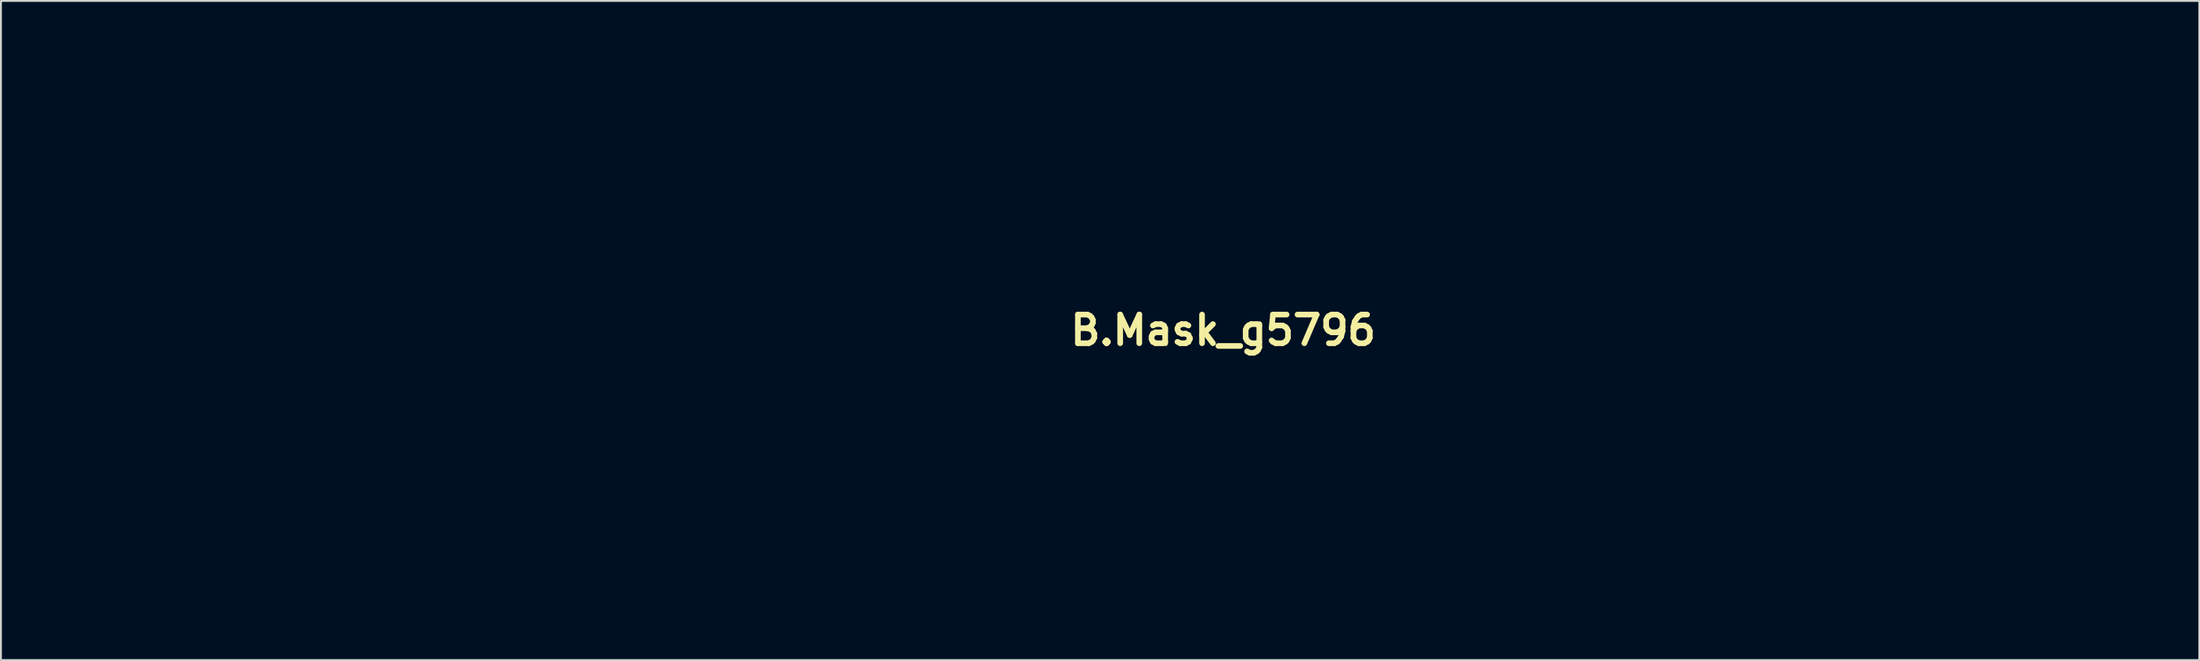
<source format=kicad_pcb>
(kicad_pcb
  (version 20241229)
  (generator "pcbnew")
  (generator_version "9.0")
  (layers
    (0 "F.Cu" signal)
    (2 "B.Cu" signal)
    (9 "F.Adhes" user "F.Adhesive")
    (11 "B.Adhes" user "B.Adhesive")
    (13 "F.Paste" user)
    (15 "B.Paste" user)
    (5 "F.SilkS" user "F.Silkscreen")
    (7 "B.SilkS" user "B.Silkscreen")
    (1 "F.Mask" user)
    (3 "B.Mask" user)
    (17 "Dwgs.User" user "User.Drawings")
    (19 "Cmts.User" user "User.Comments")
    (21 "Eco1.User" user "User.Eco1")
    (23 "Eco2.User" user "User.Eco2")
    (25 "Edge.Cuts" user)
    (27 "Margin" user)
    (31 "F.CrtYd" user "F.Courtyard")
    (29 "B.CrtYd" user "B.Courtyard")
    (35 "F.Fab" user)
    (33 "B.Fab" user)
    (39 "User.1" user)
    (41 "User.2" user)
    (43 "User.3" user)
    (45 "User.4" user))
  (footprint "B.Mask_g5796"
    (layer "F.Cu")
    (at 62.025 14.521)
    (property "Reference" "B.Mask_g5796" (at 0 0 0) (layer "F.SilkS") (effects (font (size 1.524 1.524) (thickness 0.3))))
    (attr through_hole)
    (fp_poly (pts (xy -54.401 -14.378) (xy -54.31 -14.326) (xy -54.206 -14.267) (xy -54.098 -14.206) (xy -53.997 -14.148) (xy -53.924 -14.107) (xy -53.746 -14.006) (xy -53.559 -13.9) (xy -53.37 -13.793) (xy -53.184 -13.688) (xy -53.007 -13.587) (xy -52.845 -13.496) (xy -52.819 -13.481) (xy -52.725 -13.427) (xy -52.621 -13.368) (xy -52.515 -13.308) (xy -52.414 -13.251) (xy -52.326 -13.201) (xy -52.311 -13.193) (xy -52.133 -13.092) (xy -51.947 -12.986) (xy -51.757 -12.879) (xy -51.571 -12.773) (xy -51.394 -12.673) (xy -51.232 -12.581) (xy -51.206 -12.566) (xy -51.112 -12.513) (xy -51.008 -12.454) (xy -50.902 -12.394) (xy -50.801 -12.337) (xy -50.713 -12.287) (xy -50.698 -12.278) (xy -50.52 -12.178) (xy -50.334 -12.072) (xy -50.144 -11.964) (xy -49.958 -11.859) (xy -49.781 -11.758) (xy -49.619 -11.667) (xy -49.593 -11.652) (xy -49.499 -11.599) (xy -49.395 -11.54) (xy -49.289 -11.479) (xy -49.188 -11.422) (xy -49.101 -11.373) (xy -49.086 -11.364) (xy -48.907 -11.263) (xy -48.721 -11.157) (xy -48.531 -11.05) (xy -48.345 -10.944) (xy -48.168 -10.844) (xy -48.006 -10.752) (xy -47.981 -10.738) (xy -47.886 -10.684) (xy -47.782 -10.625) (xy -47.676 -10.565) (xy -47.575 -10.508) (xy -47.488 -10.458) (xy -47.473 -10.45) (xy -47.295 -10.349) (xy -47.108 -10.243) (xy -46.918 -10.136) (xy -46.732 -10.03) (xy -46.555 -9.93) (xy -46.393 -9.838) (xy -46.368 -9.823) (xy -46.274 -9.77) (xy -46.17 -9.711) (xy -46.063 -9.651) (xy -45.963 -9.593) (xy -45.875 -9.544) (xy -45.86 -9.535) (xy -45.682 -9.434) (xy -45.495 -9.329) (xy -45.305 -9.221) (xy -45.119 -9.116) (xy -44.942 -9.015) (xy -44.781 -8.923) (xy -44.755 -8.909) (xy -44.661 -8.855) (xy -44.557 -8.796) (xy -44.45 -8.736) (xy -44.35 -8.679) (xy -44.262 -8.629) (xy -44.247 -8.621) (xy -44.069 -8.52) (xy -43.882 -8.414) (xy -43.693 -8.307) (xy -43.506 -8.201) (xy -43.329 -8.101) (xy -43.168 -8.009) (xy -43.142 -7.994) (xy -43.048 -7.941) (xy -42.944 -7.882) (xy -42.838 -7.822) (xy -42.737 -7.765) (xy -42.649 -7.715) (xy -42.634 -7.706) (xy -42.456 -7.606) (xy -42.269 -7.5) (xy -42.08 -7.392) (xy -41.894 -7.287) (xy -41.717 -7.186) (xy -41.555 -7.095) (xy -41.529 -7.08) (xy -41.435 -7.027) (xy -41.331 -6.968) (xy -41.225 -6.907) (xy -41.124 -6.85) (xy -41.036 -6.801) (xy -41.021 -6.792) (xy -40.843 -6.691) (xy -40.656 -6.585) (xy -40.467 -6.478) (xy -40.281 -6.372) (xy -40.104 -6.272) (xy -39.942 -6.18) (xy -39.916 -6.166) (xy -39.822 -6.112) (xy -39.718 -6.053) (xy -39.612 -5.993) (xy -39.511 -5.936) (xy -39.423 -5.886) (xy -39.408 -5.878) (xy -39.23 -5.777) (xy -39.043 -5.671) (xy -38.854 -5.564) (xy -38.668 -5.458) (xy -38.491 -5.358) (xy -38.329 -5.266) (xy -38.303 -5.251) (xy -38.209 -5.198) (xy -38.105 -5.139) (xy -37.999 -5.079) (xy -37.898 -5.021) (xy -37.81 -4.972) (xy -37.795 -4.963) (xy -37.617 -4.862) (xy -37.43 -4.757) (xy -37.241 -4.649) (xy -37.055 -4.544) (xy -36.878 -4.443) (xy -36.716 -4.351) (xy -36.69 -4.337) (xy -36.596 -4.283) (xy -36.492 -4.224) (xy -36.386 -4.164) (xy -36.285 -4.107) (xy -36.197 -4.057) (xy -36.182 -4.049) (xy -36.004 -3.948) (xy -35.818 -3.842) (xy -35.628 -3.735) (xy -35.442 -3.629) (xy -35.265 -3.529) (xy -35.103 -3.437) (xy -35.077 -3.422) (xy -34.983 -3.369) (xy -34.879 -3.31) (xy -34.773 -3.25) (xy -34.672 -3.193) (xy -34.584 -3.143) (xy -34.569 -3.134) (xy -34.391 -3.034) (xy -34.205 -2.928) (xy -34.015 -2.82) (xy -33.829 -2.715) (xy -33.652 -2.614) (xy -33.49 -2.523) (xy -33.465 -2.508) (xy -33.37 -2.455) (xy -33.266 -2.396) (xy -33.16 -2.335) (xy -33.059 -2.278) (xy -32.972 -2.229) (xy -32.956 -2.22) (xy -32.768 -2.114) (xy -32.564 -1.998) (xy -32.35 -1.876) (xy -32.131 -1.752) (xy -31.913 -1.628) (xy -31.814 -1.572) (xy -31.726 -1.522) (xy -31.642 -1.475) (xy -31.563 -1.43) (xy -31.496 -1.392) (xy -31.442 -1.362) (xy -31.407 -1.342) (xy -31.404 -1.341) (xy -31.362 -1.317) (xy -31.33 -1.296) (xy -31.313 -1.284) (xy -31.312 -1.282) (xy -31.313 -1.278) (xy -31.322 -1.268) (xy -31.338 -1.252) (xy -31.364 -1.229) (xy -31.4 -1.199) (xy -31.448 -1.16) (xy -31.509 -1.11) (xy -31.583 -1.051) (xy -31.672 -0.979) (xy -31.777 -0.895) (xy -31.899 -0.798) (xy -32.04 -0.686) (xy -32.106 -0.634) (xy -32.162 -0.589) (xy -32.235 -0.531) (xy -32.318 -0.465) (xy -32.41 -0.392) (xy -32.504 -0.317) (xy -32.596 -0.244) (xy -32.633 -0.215) (xy -32.727 -0.14) (xy -32.828 -0.06) (xy -32.93 0.021) (xy -33.028 0.099) (xy -33.117 0.17) (xy -33.192 0.23) (xy -33.211 0.244) (xy -33.272 0.293) (xy -33.351 0.355) (xy -33.442 0.428) (xy -33.542 0.507) (xy -33.647 0.591) (xy -33.754 0.676) (xy -33.86 0.76) (xy -33.898 0.79) (xy -34.011 0.88) (xy -34.138 0.981) (xy -34.275 1.09) (xy -34.416 1.202) (xy -34.556 1.313) (xy -34.689 1.419) (xy -34.81 1.515) (xy -34.83 1.53) (xy -34.948 1.624) (xy -35.079 1.728) (xy -35.217 1.838) (xy -35.357 1.949) (xy -35.494 2.058) (xy -35.623 2.16) (xy -35.738 2.252) (xy -35.757 2.267) (xy -35.977 2.442) (xy -36.179 2.602) (xy -36.363 2.748) (xy -36.529 2.881) (xy -36.68 3.001) (xy -36.816 3.109) (xy -36.938 3.206) (xy -37.047 3.292) (xy -37.122 3.352) (xy -37.206 3.418) (xy -37.303 3.495) (xy -37.406 3.578) (xy -37.509 3.659) (xy -37.605 3.735) (xy -37.643 3.766) (xy -37.728 3.833) (xy -37.819 3.905) (xy -37.91 3.978) (xy -37.995 4.045) (xy -38.069 4.104) (xy -38.106 4.134) (xy -38.172 4.186) (xy -38.251 4.249) (xy -38.339 4.319) (xy -38.431 4.392) (xy -38.52 4.462) (xy -38.57 4.502) (xy -38.655 4.57) (xy -38.746 4.642) (xy -38.837 4.714) (xy -38.922 4.782) (xy -38.997 4.841) (xy -39.033 4.87) (xy -39.099 4.922) (xy -39.178 4.985) (xy -39.266 5.055) (xy -39.358 5.128) (xy -39.447 5.199) (xy -39.497 5.239) (xy -39.582 5.306) (xy -39.673 5.379) (xy -39.764 5.451) (xy -39.849 5.519) (xy -39.924 5.578) (xy -39.961 5.607) (xy -40.026 5.659) (xy -40.105 5.722) (xy -40.193 5.792) (xy -40.285 5.865) (xy -40.374 5.936) (xy -40.424 5.975) (xy -40.509 6.043) (xy -40.6 6.115) (xy -40.691 6.187) (xy -40.776 6.255) (xy -40.851 6.314) (xy -40.888 6.344) (xy -40.957 6.399) (xy -41.04 6.464) (xy -41.129 6.536) (xy -41.22 6.607) (xy -41.304 6.674) (xy -41.319 6.687) (xy -41.395 6.747) (xy -41.485 6.818) (xy -41.584 6.897) (xy -41.686 6.978) (xy -41.787 7.058) (xy -41.878 7.131) (xy -41.968 7.202) (xy -42.063 7.278) (xy -42.158 7.353) (xy -42.249 7.425) (xy -42.329 7.489) (xy -42.394 7.541) (xy -42.399 7.544) (xy -42.582 7.69) (xy -42.759 7.83) (xy -42.934 7.969) (xy -43.113 8.111) (xy -43.299 8.26) (xy -43.499 8.418) (xy -43.605 8.503) (xy -43.724 8.597) (xy -43.854 8.7) (xy -43.993 8.81) (xy -44.133 8.922) (xy -44.27 9.03) (xy -44.398 9.133) (xy -44.513 9.224) (xy -44.533 9.239) (xy -44.644 9.328) (xy -44.771 9.429) (xy -44.907 9.537) (xy -45.047 9.648) (xy -45.186 9.758) (xy -45.318 9.863) (xy -45.439 9.959) (xy -45.46 9.976) (xy -45.571 10.064) (xy -45.688 10.158) (xy -45.809 10.253) (xy -45.927 10.347) (xy -46.04 10.437) (xy -46.143 10.518) (xy -46.231 10.589) (xy -46.265 10.615) (xy -46.356 10.688) (xy -46.452 10.765) (xy -46.549 10.841) (xy -46.641 10.914) (xy -46.723 10.98) (xy -46.791 11.034) (xy -46.8 11.04) (xy -46.867 11.094) (xy -46.949 11.159) (xy -47.041 11.232) (xy -47.137 11.308) (xy -47.232 11.384) (xy -47.314 11.449) (xy -47.402 11.519) (xy -47.494 11.593) (xy -47.586 11.666) (xy -47.673 11.735) (xy -47.749 11.795) (xy -47.809 11.843) (xy -47.874 11.894) (xy -47.954 11.958) (xy -48.042 12.028) (xy -48.134 12.1) (xy -48.223 12.171) (xy -48.273 12.211) (xy -48.358 12.279) (xy -48.449 12.351) (xy -48.54 12.423) (xy -48.625 12.491) (xy -48.699 12.55) (xy -48.736 12.579) (xy -48.801 12.631) (xy -48.881 12.694) (xy -48.969 12.764) (xy -49.061 12.837) (xy -49.15 12.908) (xy -49.2 12.948) (xy -49.285 13.015) (xy -49.376 13.087) (xy -49.467 13.16) (xy -49.552 13.228) (xy -49.626 13.287) (xy -49.663 13.316) (xy -49.733 13.371) (xy -49.815 13.437) (xy -49.905 13.508) (xy -49.995 13.58) (xy -50.08 13.647) (xy -50.095 13.659) (xy -50.18 13.727) (xy -50.278 13.804) (xy -50.381 13.886) (xy -50.481 13.966) (xy -50.573 14.039) (xy -50.59 14.053) (xy -50.673 14.118) (xy -50.761 14.188) (xy -50.849 14.258) (xy -50.931 14.324) (xy -51.002 14.38) (xy -51.025 14.398) (xy -51.205 14.541) (xy -52.806 14.541) (xy -53.049 14.541) (xy -53.267 14.541) (xy -53.462 14.541) (xy -53.636 14.541) (xy -53.788 14.54) (xy -53.92 14.54) (xy -54.033 14.539) (xy -54.129 14.538) (xy -54.208 14.537) (xy -54.272 14.535) (xy -54.322 14.534) (xy -54.358 14.532) (xy -54.382 14.53) (xy -54.395 14.528) (xy -54.399 14.526) (xy -54.399 14.526) (xy -54.389 14.51) (xy -54.369 14.477) (xy -54.34 14.43) (xy -54.304 14.373) (xy -54.278 14.33) (xy -54.218 14.233) (xy -54.17 14.156) (xy -54.131 14.095) (xy -54.099 14.047) (xy -54.072 14.01) (xy -54.047 13.981) (xy -54.024 13.958) (xy -53.999 13.937) (xy -53.971 13.916) (xy -53.938 13.892) (xy -53.937 13.892) (xy -53.884 13.855) (xy -53.818 13.808) (xy -53.746 13.757) (xy -53.675 13.707) (xy -53.652 13.691) (xy -53.575 13.637) (xy -53.488 13.575) (xy -53.4 13.513) (xy -53.321 13.458) (xy -53.309 13.449) (xy -53.232 13.395) (xy -53.145 13.334) (xy -53.057 13.272) (xy -52.978 13.216) (xy -52.966 13.208) (xy -52.89 13.154) (xy -52.802 13.093) (xy -52.714 13.031) (xy -52.635 12.975) (xy -52.623 12.967) (xy -52.546 12.913) (xy -52.459 12.851) (xy -52.371 12.789) (xy -52.292 12.734) (xy -52.28 12.725) (xy -52.159 12.64) (xy -52.056 12.567) (xy -51.97 12.507) (xy -51.898 12.456) (xy -51.838 12.414) (xy -51.791 12.381) (xy -51.741 12.346) (xy -51.67 12.296) (xy -51.579 12.232) (xy -51.467 12.154) (xy -51.335 12.061) (xy -51.183 11.954) (xy -51.012 11.833) (xy -50.844 11.716) (xy -50.771 11.664) (xy -50.686 11.604) (xy -50.599 11.543) (xy -50.521 11.488) (xy -50.508 11.479) (xy -50.431 11.425) (xy -50.344 11.363) (xy -50.255 11.301) (xy -50.176 11.245) (xy -50.165 11.237) (xy -50.12 11.206) (xy -50.076 11.175) (xy -50.032 11.144) (xy -49.985 11.111) (xy -49.932 11.074) (xy -49.872 11.031) (xy -49.801 10.981) (xy -49.717 10.922) (xy -49.617 10.852) (xy -49.5 10.77) (xy -49.47 10.748) (xy -49.394 10.695) (xy -49.308 10.634) (xy -49.222 10.574) (xy -49.146 10.52) (xy -49.13 10.509) (xy -49.057 10.458) (xy -48.972 10.398) (xy -48.886 10.337) (xy -48.807 10.281) (xy -48.79 10.27) (xy -48.713 10.216) (xy -48.626 10.154) (xy -48.538 10.092) (xy -48.459 10.037) (xy -48.444 10.026) (xy -48.368 9.973) (xy -48.281 9.912) (xy -48.193 9.85) (xy -48.113 9.794) (xy -48.098 9.783) (xy -48.021 9.729) (xy -47.934 9.667) (xy -47.846 9.605) (xy -47.767 9.55) (xy -47.752 9.539) (xy -47.675 9.485) (xy -47.588 9.424) (xy -47.5 9.362) (xy -47.42 9.306) (xy -47.409 9.298) (xy -47.332 9.244) (xy -47.245 9.183) (xy -47.157 9.12) (xy -47.078 9.065) (xy -47.066 9.057) (xy -46.99 9.003) (xy -46.902 8.941) (xy -46.814 8.879) (xy -46.735 8.823) (xy -46.723 8.815) (xy -46.647 8.762) (xy -46.559 8.7) (xy -46.471 8.638) (xy -46.392 8.582) (xy -46.38 8.574) (xy -46.305 8.521) (xy -46.219 8.461) (xy -46.133 8.4) (xy -46.056 8.346) (xy -46.044 8.337) (xy -45.847 8.199) (xy -45.64 8.053) (xy -45.431 7.906) (xy -45.358 7.855) (xy -45.151 7.709) (xy -44.942 7.562) (xy -44.741 7.42) (xy -44.672 7.372) (xy -44.6 7.321) (xy -44.516 7.262) (xy -44.429 7.201) (xy -44.349 7.145) (xy -44.329 7.131) (xy -44.252 7.077) (xy -44.165 7.015) (xy -44.077 6.953) (xy -43.998 6.898) (xy -43.98 6.885) (xy -43.903 6.831) (xy -43.816 6.77) (xy -43.728 6.707) (xy -43.649 6.652) (xy -43.637 6.644) (xy -43.561 6.59) (xy -43.473 6.528) (xy -43.385 6.466) (xy -43.306 6.41) (xy -43.294 6.402) (xy -43.219 6.349) (xy -43.133 6.289) (xy -43.047 6.228) (xy -42.97 6.174) (xy -42.958 6.166) (xy -42.786 6.045) (xy -42.605 5.917) (xy -42.425 5.791) (xy -42.269 5.681) (xy -42.193 5.627) (xy -42.106 5.566) (xy -42.019 5.505) (xy -41.941 5.45) (xy -41.932 5.444) (xy -41.8 5.351) (xy -41.651 5.247) (xy -41.49 5.133) (xy -41.32 5.013) (xy -41.145 4.89) (xy -40.969 4.767) (xy -40.9 4.718) (xy -40.828 4.667) (xy -40.744 4.608) (xy -40.657 4.547) (xy -40.578 4.491) (xy -40.557 4.477) (xy -40.351 4.332) (xy -40.142 4.184) (xy -39.94 4.043) (xy -39.872 3.994) (xy -39.798 3.942) (xy -39.713 3.883) (xy -39.626 3.822) (xy -39.548 3.767) (xy -39.535 3.758) (xy -39.458 3.704) (xy -39.371 3.642) (xy -39.283 3.58) (xy -39.204 3.524) (xy -39.192 3.516) (xy -39.116 3.462) (xy -39.028 3.401) (xy -38.94 3.339) (xy -38.861 3.283) (xy -38.849 3.275) (xy -38.773 3.221) (xy -38.685 3.159) (xy -38.597 3.097) (xy -38.518 3.042) (xy -38.506 3.034) (xy -38.431 2.981) (xy -38.345 2.92) (xy -38.256 2.858) (xy -38.176 2.801) (xy -38.157 2.788) (xy -38.081 2.734) (xy -37.995 2.674) (xy -37.91 2.614) (xy -37.833 2.56) (xy -37.814 2.547) (xy -37.742 2.496) (xy -37.658 2.436) (xy -37.571 2.376) (xy -37.491 2.319) (xy -37.471 2.305) (xy -37.394 2.251) (xy -37.307 2.19) (xy -37.219 2.128) (xy -37.14 2.072) (xy -37.122 2.06) (xy -37.045 2.006) (xy -36.958 1.944) (xy -36.87 1.882) (xy -36.791 1.826) (xy -36.779 1.818) (xy -36.703 1.765) (xy -36.618 1.705) (xy -36.532 1.644) (xy -36.455 1.59) (xy -36.443 1.581) (xy -36.37 1.53) (xy -36.286 1.471) (xy -36.2 1.41) (xy -36.12 1.354) (xy -36.1 1.34) (xy -36.024 1.286) (xy -35.938 1.226) (xy -35.852 1.166) (xy -35.776 1.112) (xy -35.757 1.099) (xy -35.56 0.96) (xy -35.353 0.814) (xy -35.144 0.668) (xy -35.071 0.616) (xy -34.995 0.563) (xy -34.909 0.502) (xy -34.824 0.442) (xy -34.747 0.388) (xy -34.728 0.375) (xy -34.654 0.323) (xy -34.569 0.263) (xy -34.483 0.202) (xy -34.404 0.147) (xy -34.392 0.138) (xy -34.316 0.085) (xy -34.23 0.024) (xy -34.142 -0.038) (xy -34.061 -0.095) (xy -34.042 -0.108) (xy -33.97 -0.159) (xy -33.892 -0.214) (xy -33.815 -0.267) (xy -33.749 -0.314) (xy -33.728 -0.328) (xy -33.677 -0.364) (xy -33.635 -0.395) (xy -33.605 -0.419) (xy -33.592 -0.431) (xy -33.592 -0.432) (xy -33.602 -0.439) (xy -33.634 -0.456) (xy -33.683 -0.482) (xy -33.747 -0.515) (xy -33.824 -0.553) (xy -33.911 -0.597) (xy -34.001 -0.642) (xy -34.076 -0.679) (xy -34.172 -0.726) (xy -34.285 -0.781) (xy -34.413 -0.845) (xy -34.553 -0.914) (xy -34.703 -0.989) (xy -34.861 -1.066) (xy -35.023 -1.147) (xy -35.187 -1.228) (xy -35.35 -1.309) (xy -35.433 -1.35) (xy -35.594 -1.43) (xy -35.757 -1.511) (xy -35.918 -1.591) (xy -36.076 -1.669) (xy -36.227 -1.744) (xy -36.369 -1.814) (xy -36.5 -1.879) (xy -36.617 -1.937) (xy -36.718 -1.987) (xy -36.8 -2.027) (xy -36.836 -2.045) (xy -36.913 -2.082) (xy -37.009 -2.13) (xy -37.122 -2.186) (xy -37.249 -2.248) (xy -37.386 -2.316) (xy -37.532 -2.389) (xy -37.683 -2.464) (xy -37.836 -2.539) (xy -37.989 -2.615) (xy -38.081 -2.661) (xy -38.236 -2.738) (xy -38.397 -2.818) (xy -38.562 -2.899) (xy -38.725 -2.98) (xy -38.884 -3.059) (xy -39.036 -3.134) (xy -39.177 -3.204) (xy -39.303 -3.266) (xy -39.411 -3.32) (xy -39.453 -3.34) (xy -39.559 -3.393) (xy -39.684 -3.454) (xy -39.824 -3.524) (xy -39.975 -3.598) (xy -40.132 -3.676) (xy -40.293 -3.756) (xy -40.453 -3.835) (xy -40.608 -3.912) (xy -40.723 -3.969) (xy -40.874 -4.044) (xy -41.035 -4.124) (xy -41.203 -4.207) (xy -41.372 -4.29) (xy -41.538 -4.373) (xy -41.697 -4.451) (xy -41.845 -4.525) (xy -41.977 -4.59) (xy -42.056 -4.629) (xy -42.18 -4.69) (xy -42.322 -4.761) (xy -42.477 -4.838) (xy -42.641 -4.919) (xy -42.81 -5.002) (xy -42.977 -5.085) (xy -43.14 -5.166) (xy -43.292 -5.241) (xy -43.339 -5.264) (xy -43.488 -5.338) (xy -43.648 -5.418) (xy -43.816 -5.501) (xy -43.987 -5.585) (xy -44.155 -5.668) (xy -44.316 -5.748) (xy -44.465 -5.822) (xy -44.598 -5.887) (xy -44.634 -5.906) (xy -44.762 -5.969) (xy -44.908 -6.041) (xy -45.067 -6.12) (xy -45.234 -6.202) (xy -45.404 -6.287) (xy -45.573 -6.37) (xy -45.735 -6.451) (xy -45.886 -6.525) (xy -45.917 -6.541) (xy -46.068 -6.615) (xy -46.233 -6.697) (xy -46.407 -6.783) (xy -46.585 -6.871) (xy -46.762 -6.959) (xy -46.932 -7.043) (xy -47.091 -7.122) (xy -47.233 -7.192) (xy -47.25 -7.201) (xy -47.393 -7.271) (xy -47.552 -7.35) (xy -47.724 -7.435) (xy -47.902 -7.523) (xy -48.08 -7.612) (xy -48.254 -7.698) (xy -48.418 -7.779) (xy -48.558 -7.849) (xy -48.708 -7.923) (xy -48.872 -8.004) (xy -49.047 -8.09) (xy -49.225 -8.179) (xy -49.403 -8.267) (xy -49.574 -8.351) (xy -49.733 -8.43) (xy -49.867 -8.496) (xy -50.009 -8.567) (xy -50.169 -8.646) (xy -50.34 -8.731) (xy -50.518 -8.819) (xy -50.696 -8.907) (xy -50.87 -8.993) (xy -51.034 -9.074) (xy -51.175 -9.144) (xy -51.402 -9.257) (xy -51.65 -9.379) (xy -51.918 -9.512) (xy -52.207 -9.655) (xy -52.517 -9.808) (xy -52.847 -9.972) (xy -53.199 -10.147) (xy -53.573 -10.332) (xy -53.969 -10.527) (xy -54.387 -10.734) (xy -54.827 -10.952) (xy -55.035 -11.055) (xy -55.168 -11.121) (xy -55.318 -11.195) (xy -55.482 -11.276) (xy -55.654 -11.362) (xy -55.83 -11.449) (xy -56.005 -11.535) (xy -56.173 -11.619) (xy -56.331 -11.697) (xy -56.394 -11.728) (xy -56.542 -11.802) (xy -56.7 -11.88) (xy -56.862 -11.96) (xy -57.026 -12.041) (xy -57.186 -12.12) (xy -57.338 -12.196) (xy -57.479 -12.265) (xy -57.603 -12.327) (xy -57.664 -12.357) (xy -57.77 -12.41) (xy -57.895 -12.471) (xy -58.036 -12.541) (xy -58.188 -12.616) (xy -58.349 -12.696) (xy -58.514 -12.778) (xy -58.68 -12.86) (xy -58.843 -12.941) (xy -59 -13.018) (xy -59.036 -13.037) (xy -59.185 -13.111) (xy -59.337 -13.186) (xy -59.49 -13.262) (xy -59.64 -13.336) (xy -59.783 -13.407) (xy -59.918 -13.473) (xy -60.04 -13.534) (xy -60.147 -13.587) (xy -60.236 -13.63) (xy -60.268 -13.646) (xy -60.356 -13.69) (xy -60.463 -13.743) (xy -60.585 -13.803) (xy -60.719 -13.869) (xy -60.86 -13.939) (xy -61.005 -14.011) (xy -61.149 -14.082) (xy -61.289 -14.152) (xy -61.341 -14.178) (xy -62.02 -14.515) (xy -58.332 -14.516) (xy -54.644 -14.516) (xy -54.401 -14.378)) (stroke (width 0.01) (type solid)) (fill yes) (layer "B.Mask"))
    (fp_poly (pts (xy 39.212 -14.516) (xy 41.98 -14.515) (xy 41.65 -14.35) (xy 41.574 -14.312) (xy 41.477 -14.263) (xy 41.361 -14.205) (xy 41.227 -14.138) (xy 41.077 -14.062) (xy 40.914 -13.98) (xy 40.738 -13.892) (xy 40.551 -13.798) (xy 40.355 -13.699) (xy 40.152 -13.597) (xy 39.944 -13.493) (xy 39.731 -13.386) (xy 39.517 -13.278) (xy 39.302 -13.17) (xy 39.089 -13.063) (xy 38.878 -12.957) (xy 38.673 -12.853) (xy 38.474 -12.753) (xy 38.283 -12.657) (xy 38.102 -12.566) (xy 37.932 -12.481) (xy 37.776 -12.402) (xy 37.635 -12.331) (xy 37.535 -12.281) (xy 37.391 -12.209) (xy 37.229 -12.127) (xy 37.051 -12.037) (xy 36.86 -11.941) (xy 36.661 -11.841) (xy 36.457 -11.738) (xy 36.251 -11.635) (xy 36.047 -11.532) (xy 35.848 -11.432) (xy 35.659 -11.337) (xy 35.554 -11.284) (xy 35.364 -11.189) (xy 35.16 -11.086) (xy 34.944 -10.977) (xy 34.72 -10.865) (xy 34.494 -10.751) (xy 34.268 -10.637) (xy 34.047 -10.526) (xy 33.835 -10.42) (xy 33.636 -10.32) (xy 33.455 -10.228) (xy 33.395 -10.198) (xy 33.213 -10.107) (xy 33.014 -10.007) (xy 32.801 -9.899) (xy 32.578 -9.787) (xy 32.351 -9.673) (xy 32.123 -9.558) (xy 31.899 -9.446) (xy 31.684 -9.338) (xy 31.481 -9.236) (xy 31.305 -9.147) (xy 30.971 -8.979) (xy 30.658 -8.821) (xy 30.365 -8.674) (xy 30.091 -8.536) (xy 29.836 -8.408) (xy 29.597 -8.288) (xy 29.374 -8.176) (xy 29.166 -8.071) (xy 28.972 -7.973) (xy 28.79 -7.882) (xy 28.619 -7.796) (xy 28.458 -7.715) (xy 28.306 -7.638) (xy 28.162 -7.566) (xy 28.024 -7.497) (xy 27.892 -7.43) (xy 27.764 -7.366) (xy 27.64 -7.303) (xy 27.517 -7.241) (xy 27.395 -7.18) (xy 27.273 -7.119) (xy 27.15 -7.057) (xy 27.134 -7.049) (xy 26.977 -6.97) (xy 26.801 -6.881) (xy 26.609 -6.785) (xy 26.405 -6.682) (xy 26.192 -6.575) (xy 25.974 -6.465) (xy 25.753 -6.354) (xy 25.534 -6.244) (xy 25.321 -6.137) (xy 25.115 -6.033) (xy 24.921 -5.936) (xy 24.911 -5.931) (xy 24.673 -5.811) (xy 24.44 -5.694) (xy 24.213 -5.58) (xy 23.993 -5.469) (xy 23.781 -5.362) (xy 23.578 -5.26) (xy 23.385 -5.163) (xy 23.203 -5.072) (xy 23.034 -4.986) (xy 22.877 -4.907) (xy 22.735 -4.835) (xy 22.608 -4.771) (xy 22.498 -4.716) (xy 22.405 -4.669) (xy 22.33 -4.631) (xy 22.275 -4.603) (xy 22.24 -4.585) (xy 22.228 -4.578) (xy 22.228 -4.578) (xy 22.237 -4.571) (xy 22.265 -4.549) (xy 22.31 -4.516) (xy 22.371 -4.472) (xy 22.445 -4.418) (xy 22.53 -4.357) (xy 22.626 -4.288) (xy 22.729 -4.214) (xy 22.818 -4.15) (xy 22.901 -4.091) (xy 23.002 -4.018) (xy 23.121 -3.934) (xy 23.255 -3.838) (xy 23.402 -3.732) (xy 23.561 -3.619) (xy 23.73 -3.498) (xy 23.906 -3.372) (xy 24.089 -3.241) (xy 24.276 -3.107) (xy 24.465 -2.972) (xy 24.656 -2.836) (xy 24.845 -2.7) (xy 24.936 -2.635) (xy 25.121 -2.503) (xy 25.305 -2.371) (xy 25.488 -2.24) (xy 25.667 -2.112) (xy 25.841 -1.988) (xy 26.009 -1.868) (xy 26.168 -1.754) (xy 26.318 -1.647) (xy 26.455 -1.548) (xy 26.58 -1.459) (xy 26.69 -1.381) (xy 26.784 -1.314) (xy 26.86 -1.26) (xy 26.899 -1.232) (xy 26.962 -1.187) (xy 27.044 -1.128) (xy 27.143 -1.057) (xy 27.258 -0.975) (xy 27.388 -0.882) (xy 27.53 -0.781) (xy 27.683 -0.671) (xy 27.845 -0.555) (xy 28.015 -0.434) (xy 28.191 -0.308) (xy 28.372 -0.179) (xy 28.555 -0.047) (xy 28.74 0.085) (xy 28.861 0.171) (xy 29.194 0.41) (xy 29.507 0.634) (xy 29.801 0.844) (xy 30.076 1.041) (xy 30.334 1.225) (xy 30.574 1.397) (xy 30.799 1.558) (xy 31.007 1.707) (xy 31.201 1.846) (xy 31.381 1.974) (xy 31.547 2.093) (xy 31.7 2.203) (xy 31.841 2.304) (xy 31.972 2.397) (xy 32.091 2.482) (xy 32.201 2.561) (xy 32.301 2.633) (xy 32.393 2.698) (xy 32.478 2.759) (xy 32.555 2.814) (xy 32.627 2.865) (xy 32.692 2.912) (xy 32.741 2.946) (xy 32.804 2.991) (xy 32.886 3.05) (xy 32.985 3.121) (xy 33.1 3.204) (xy 33.23 3.296) (xy 33.372 3.398) (xy 33.525 3.507) (xy 33.687 3.623) (xy 33.857 3.745) (xy 34.033 3.871) (xy 34.214 4) (xy 34.397 4.131) (xy 34.582 4.263) (xy 34.703 4.35) (xy 34.886 4.481) (xy 35.069 4.612) (xy 35.25 4.741) (xy 35.426 4.868) (xy 35.598 4.99) (xy 35.762 5.108) (xy 35.917 5.219) (xy 36.063 5.323) (xy 36.196 5.418) (xy 36.317 5.504) (xy 36.422 5.58) (xy 36.511 5.643) (xy 36.582 5.694) (xy 36.62 5.722) (xy 36.678 5.763) (xy 36.754 5.817) (xy 36.849 5.885) (xy 36.959 5.963) (xy 37.083 6.052) (xy 37.22 6.15) (xy 37.369 6.257) (xy 37.527 6.37) (xy 37.693 6.489) (xy 37.866 6.613) (xy 38.044 6.74) (xy 38.226 6.87) (xy 38.409 7.001) (xy 38.538 7.093) (xy 38.723 7.225) (xy 38.907 7.357) (xy 39.09 7.488) (xy 39.269 7.616) (xy 39.443 7.741) (xy 39.611 7.86) (xy 39.77 7.974) (xy 39.919 8.081) (xy 40.057 8.18) (xy 40.182 8.269) (xy 40.292 8.348) (xy 40.386 8.414) (xy 40.461 8.469) (xy 40.5 8.496) (xy 40.563 8.541) (xy 40.645 8.6) (xy 40.745 8.671) (xy 40.86 8.753) (xy 40.989 8.846) (xy 41.131 8.948) (xy 41.284 9.057) (xy 41.447 9.173) (xy 41.617 9.295) (xy 41.793 9.421) (xy 41.973 9.55) (xy 42.157 9.681) (xy 42.341 9.813) (xy 42.462 9.9) (xy 42.646 10.031) (xy 42.829 10.162) (xy 43.009 10.291) (xy 43.186 10.418) (xy 43.357 10.54) (xy 43.521 10.657) (xy 43.677 10.769) (xy 43.822 10.873) (xy 43.956 10.968) (xy 44.076 11.054) (xy 44.182 11.13) (xy 44.271 11.193) (xy 44.342 11.244) (xy 44.38 11.271) (xy 44.438 11.312) (xy 44.514 11.367) (xy 44.608 11.434) (xy 44.718 11.513) (xy 44.843 11.602) (xy 44.98 11.7) (xy 45.129 11.806) (xy 45.287 11.92) (xy 45.453 12.039) (xy 45.626 12.162) (xy 45.804 12.29) (xy 45.985 12.419) (xy 46.169 12.551) (xy 46.298 12.643) (xy 46.485 12.776) (xy 46.672 12.911) (xy 46.859 13.045) (xy 47.044 13.177) (xy 47.225 13.306) (xy 47.4 13.431) (xy 47.567 13.551) (xy 47.726 13.664) (xy 47.873 13.769) (xy 48.007 13.865) (xy 48.127 13.951) (xy 48.23 14.025) (xy 48.316 14.086) (xy 48.355 14.114) (xy 48.459 14.188) (xy 48.558 14.259) (xy 48.649 14.324) (xy 48.73 14.382) (xy 48.799 14.432) (xy 48.855 14.472) (xy 48.895 14.5) (xy 48.916 14.516) (xy 48.919 14.518) (xy 48.923 14.522) (xy 48.924 14.525) (xy 48.922 14.527) (xy 48.915 14.53) (xy 48.901 14.532) (xy 48.879 14.534) (xy 48.848 14.536) (xy 48.807 14.537) (xy 48.755 14.538) (xy 48.689 14.539) (xy 48.609 14.54) (xy 48.513 14.54) (xy 48.4 14.541) (xy 48.27 14.541) (xy 48.119 14.541) (xy 47.948 14.541) (xy 47.754 14.541) (xy 47.537 14.541) (xy 47.431 14.541) (xy 45.912 14.541) (xy 45.877 14.512) (xy 45.855 14.495) (xy 45.817 14.466) (xy 45.767 14.427) (xy 45.709 14.382) (xy 45.65 14.338) (xy 45.578 14.283) (xy 45.502 14.225) (xy 45.428 14.169) (xy 45.363 14.12) (xy 45.329 14.094) (xy 45.179 13.98) (xy 45.044 13.877) (xy 44.918 13.782) (xy 44.797 13.689) (xy 44.777 13.674) (xy 44.703 13.618) (xy 44.619 13.554) (xy 44.535 13.49) (xy 44.46 13.433) (xy 44.453 13.428) (xy 44.384 13.375) (xy 44.309 13.318) (xy 44.235 13.262) (xy 44.172 13.214) (xy 44.161 13.205) (xy 44.094 13.155) (xy 44.018 13.097) (xy 43.944 13.041) (xy 43.901 13.007) (xy 43.84 12.961) (xy 43.768 12.907) (xy 43.693 12.849) (xy 43.622 12.795) (xy 43.612 12.788) (xy 43.463 12.674) (xy 43.325 12.569) (xy 43.2 12.475) (xy 43.092 12.392) (xy 43.001 12.322) (xy 42.996 12.319) (xy 42.938 12.275) (xy 42.868 12.221) (xy 42.793 12.165) (xy 42.722 12.11) (xy 42.704 12.097) (xy 42.635 12.044) (xy 42.56 11.987) (xy 42.488 11.932) (xy 42.426 11.885) (xy 42.412 11.874) (xy 42.354 11.83) (xy 42.284 11.777) (xy 42.209 11.72) (xy 42.138 11.666) (xy 42.12 11.652) (xy 42.05 11.6) (xy 41.976 11.543) (xy 41.904 11.488) (xy 41.842 11.441) (xy 41.827 11.43) (xy 41.77 11.386) (xy 41.699 11.332) (xy 41.625 11.276) (xy 41.553 11.221) (xy 41.535 11.208) (xy 41.466 11.155) (xy 41.392 11.098) (xy 41.319 11.043) (xy 41.257 10.996) (xy 41.243 10.985) (xy 41.185 10.941) (xy 41.115 10.888) (xy 41.041 10.831) (xy 40.969 10.777) (xy 40.951 10.763) (xy 40.882 10.711) (xy 40.808 10.654) (xy 40.735 10.599) (xy 40.673 10.552) (xy 40.659 10.541) (xy 40.601 10.497) (xy 40.531 10.443) (xy 40.456 10.387) (xy 40.385 10.332) (xy 40.367 10.319) (xy 40.297 10.266) (xy 40.222 10.208) (xy 40.149 10.153) (xy 40.086 10.105) (xy 40.072 10.094) (xy 40.005 10.043) (xy 39.929 9.985) (xy 39.855 9.929) (xy 39.811 9.896) (xy 39.752 9.85) (xy 39.68 9.796) (xy 39.604 9.738) (xy 39.533 9.684) (xy 39.519 9.674) (xy 39.446 9.618) (xy 39.362 9.554) (xy 39.277 9.489) (xy 39.202 9.432) (xy 39.195 9.427) (xy 39.126 9.375) (xy 39.051 9.317) (xy 38.978 9.262) (xy 38.915 9.214) (xy 38.903 9.205) (xy 38.837 9.154) (xy 38.761 9.096) (xy 38.687 9.04) (xy 38.643 9.007) (xy 38.583 8.961) (xy 38.511 8.906) (xy 38.435 8.849) (xy 38.365 8.795) (xy 38.354 8.787) (xy 38.205 8.674) (xy 38.067 8.569) (xy 37.943 8.474) (xy 37.834 8.391) (xy 37.743 8.322) (xy 37.738 8.318) (xy 37.68 8.274) (xy 37.61 8.221) (xy 37.535 8.164) (xy 37.464 8.11) (xy 37.446 8.096) (xy 37.377 8.044) (xy 37.302 7.987) (xy 37.23 7.932) (xy 37.168 7.885) (xy 37.154 7.874) (xy 37.096 7.83) (xy 37.026 7.776) (xy 36.951 7.72) (xy 36.88 7.665) (xy 36.862 7.652) (xy 36.793 7.599) (xy 36.718 7.542) (xy 36.646 7.487) (xy 36.584 7.44) (xy 36.57 7.429) (xy 36.512 7.385) (xy 36.442 7.332) (xy 36.367 7.275) (xy 36.296 7.221) (xy 36.278 7.207) (xy 36.208 7.155) (xy 36.134 7.098) (xy 36.062 7.043) (xy 36 6.996) (xy 35.985 6.985) (xy 35.928 6.941) (xy 35.857 6.887) (xy 35.783 6.831) (xy 35.711 6.776) (xy 35.693 6.763) (xy 35.624 6.71) (xy 35.55 6.653) (xy 35.477 6.598) (xy 35.415 6.551) (xy 35.401 6.54) (xy 35.343 6.496) (xy 35.273 6.443) (xy 35.199 6.386) (xy 35.127 6.332) (xy 35.109 6.318) (xy 35.04 6.266) (xy 34.966 6.209) (xy 34.893 6.154) (xy 34.831 6.107) (xy 34.817 6.096) (xy 34.759 6.052) (xy 34.689 5.998) (xy 34.614 5.942) (xy 34.543 5.887) (xy 34.525 5.874) (xy 34.456 5.821) (xy 34.381 5.764) (xy 34.309 5.709) (xy 34.247 5.662) (xy 34.233 5.651) (xy 34.175 5.607) (xy 34.105 5.554) (xy 34.03 5.497) (xy 33.959 5.443) (xy 33.941 5.429) (xy 33.872 5.377) (xy 33.797 5.32) (xy 33.725 5.265) (xy 33.663 5.218) (xy 33.649 5.207) (xy 33.591 5.163) (xy 33.521 5.109) (xy 33.446 5.053) (xy 33.375 4.998) (xy 33.357 4.985) (xy 33.287 4.932) (xy 33.213 4.875) (xy 33.141 4.82) (xy 33.079 4.773) (xy 33.064 4.762) (xy 33.007 4.718) (xy 32.936 4.665) (xy 32.862 4.608) (xy 32.79 4.554) (xy 32.772 4.54) (xy 32.703 4.488) (xy 32.629 4.431) (xy 32.556 4.376) (xy 32.494 4.329) (xy 32.48 4.318) (xy 32.422 4.274) (xy 32.352 4.22) (xy 32.278 4.164) (xy 32.206 4.109) (xy 32.188 4.096) (xy 32.119 4.043) (xy 32.045 3.986) (xy 31.972 3.931) (xy 31.91 3.884) (xy 31.896 3.873) (xy 31.838 3.829) (xy 31.768 3.776) (xy 31.693 3.719) (xy 31.622 3.665) (xy 31.604 3.651) (xy 31.535 3.599) (xy 31.46 3.542) (xy 31.388 3.487) (xy 31.326 3.44) (xy 31.312 3.429) (xy 31.254 3.385) (xy 31.184 3.332) (xy 31.109 3.275) (xy 31.038 3.22) (xy 31.02 3.207) (xy 30.95 3.154) (xy 30.874 3.096) (xy 30.799 3.039) (xy 30.735 2.99) (xy 30.721 2.98) (xy 30.66 2.932) (xy 30.586 2.877) (xy 30.51 2.818) (xy 30.439 2.765) (xy 30.429 2.757) (xy 30.36 2.705) (xy 30.284 2.647) (xy 30.209 2.59) (xy 30.145 2.541) (xy 30.137 2.535) (xy 30.075 2.488) (xy 30.002 2.432) (xy 29.925 2.374) (xy 29.855 2.32) (xy 29.845 2.313) (xy 29.772 2.257) (xy 29.689 2.194) (xy 29.605 2.131) (xy 29.532 2.075) (xy 29.527 2.072) (xy 29.459 2.019) (xy 29.383 1.962) (xy 29.31 1.906) (xy 29.247 1.858) (xy 29.239 1.852) (xy 29.172 1.801) (xy 29.096 1.743) (xy 29.022 1.687) (xy 28.978 1.654) (xy 28.919 1.608) (xy 28.847 1.554) (xy 28.771 1.496) (xy 28.7 1.442) (xy 28.686 1.431) (xy 28.613 1.375) (xy 28.529 1.311) (xy 28.444 1.247) (xy 28.369 1.19) (xy 28.362 1.185) (xy 28.294 1.133) (xy 28.219 1.076) (xy 28.147 1.021) (xy 28.085 0.974) (xy 28.073 0.965) (xy 28.016 0.921) (xy 27.945 0.868) (xy 27.871 0.811) (xy 27.799 0.757) (xy 27.781 0.743) (xy 27.712 0.69) (xy 27.638 0.634) (xy 27.565 0.579) (xy 27.503 0.531) (xy 27.489 0.521) (xy 27.431 0.477) (xy 27.361 0.423) (xy 27.286 0.366) (xy 27.215 0.312) (xy 27.197 0.298) (xy 27.128 0.246) (xy 27.053 0.189) (xy 26.981 0.134) (xy 26.919 0.087) (xy 26.905 0.076) (xy 26.847 0.032) (xy 26.777 -0.021) (xy 26.702 -0.078) (xy 26.631 -0.132) (xy 26.613 -0.146) (xy 26.544 -0.199) (xy 26.469 -0.255) (xy 26.397 -0.31) (xy 26.335 -0.358) (xy 26.321 -0.368) (xy 26.263 -0.412) (xy 26.193 -0.466) (xy 26.118 -0.523) (xy 26.047 -0.577) (xy 26.029 -0.591) (xy 25.96 -0.643) (xy 25.885 -0.7) (xy 25.813 -0.755) (xy 25.751 -0.802) (xy 25.737 -0.813) (xy 25.679 -0.857) (xy 25.609 -0.91) (xy 25.534 -0.967) (xy 25.462 -1.021) (xy 25.444 -1.035) (xy 25.375 -1.088) (xy 25.301 -1.144) (xy 25.229 -1.199) (xy 25.167 -1.247) (xy 25.152 -1.257) (xy 25.095 -1.301) (xy 25.024 -1.355) (xy 24.95 -1.412) (xy 24.878 -1.466) (xy 24.86 -1.48) (xy 24.791 -1.532) (xy 24.717 -1.589) (xy 24.644 -1.644) (xy 24.582 -1.691) (xy 24.568 -1.702) (xy 24.51 -1.746) (xy 24.44 -1.799) (xy 24.365 -1.856) (xy 24.294 -1.91) (xy 24.276 -1.924) (xy 24.207 -1.977) (xy 24.132 -2.033) (xy 24.06 -2.088) (xy 23.998 -2.136) (xy 23.984 -2.146) (xy 23.926 -2.19) (xy 23.856 -2.244) (xy 23.781 -2.301) (xy 23.71 -2.355) (xy 23.692 -2.369) (xy 23.623 -2.421) (xy 23.548 -2.478) (xy 23.476 -2.533) (xy 23.414 -2.58) (xy 23.4 -2.591) (xy 23.342 -2.635) (xy 23.272 -2.688) (xy 23.197 -2.745) (xy 23.126 -2.799) (xy 23.108 -2.813) (xy 23.039 -2.866) (xy 22.964 -2.922) (xy 22.892 -2.977) (xy 22.83 -3.025) (xy 22.816 -3.035) (xy 22.758 -3.079) (xy 22.688 -3.133) (xy 22.613 -3.19) (xy 22.541 -3.244) (xy 22.523 -3.258) (xy 22.454 -3.31) (xy 22.38 -3.367) (xy 22.308 -3.422) (xy 22.246 -3.469) (xy 22.231 -3.48) (xy 22.174 -3.524) (xy 22.103 -3.577) (xy 22.029 -3.634) (xy 21.957 -3.688) (xy 21.939 -3.702) (xy 21.87 -3.755) (xy 21.796 -3.811) (xy 21.723 -3.866) (xy 21.661 -3.914) (xy 21.647 -3.924) (xy 21.589 -3.968) (xy 21.519 -4.022) (xy 21.444 -4.079) (xy 21.373 -4.133) (xy 21.355 -4.147) (xy 21.286 -4.2) (xy 21.21 -4.257) (xy 21.137 -4.313) (xy 21.074 -4.361) (xy 21.06 -4.371) (xy 20.993 -4.422) (xy 20.917 -4.48) (xy 20.843 -4.536) (xy 20.799 -4.569) (xy 20.74 -4.614) (xy 20.669 -4.669) (xy 20.593 -4.726) (xy 20.522 -4.781) (xy 20.504 -4.794) (xy 20.435 -4.847) (xy 20.361 -4.903) (xy 20.288 -4.958) (xy 20.226 -5.006) (xy 20.212 -5.016) (xy 20.15 -5.064) (xy 20.082 -5.115) (xy 20.019 -5.164) (xy 19.98 -5.193) (xy 19.937 -5.227) (xy 19.902 -5.255) (xy 19.881 -5.275) (xy 19.876 -5.281) (xy 19.887 -5.29) (xy 19.916 -5.308) (xy 19.96 -5.334) (xy 20.016 -5.366) (xy 20.063 -5.393) (xy 20.111 -5.419) (xy 20.178 -5.456) (xy 20.261 -5.502) (xy 20.358 -5.556) (xy 20.465 -5.616) (xy 20.58 -5.68) (xy 20.7 -5.746) (xy 20.821 -5.814) (xy 20.86 -5.836) (xy 20.988 -5.907) (xy 21.121 -5.981) (xy 21.254 -6.055) (xy 21.385 -6.128) (xy 21.508 -6.197) (xy 21.622 -6.26) (xy 21.72 -6.315) (xy 21.801 -6.36) (xy 21.806 -6.363) (xy 21.885 -6.407) (xy 21.983 -6.461) (xy 22.095 -6.524) (xy 22.218 -6.592) (xy 22.348 -6.665) (xy 22.482 -6.739) (xy 22.615 -6.813) (xy 22.744 -6.885) (xy 22.752 -6.89) (xy 22.88 -6.961) (xy 23.013 -7.035) (xy 23.147 -7.11) (xy 23.277 -7.182) (xy 23.401 -7.251) (xy 23.514 -7.314) (xy 23.613 -7.369) (xy 23.693 -7.414) (xy 23.698 -7.417) (xy 23.777 -7.461) (xy 23.875 -7.515) (xy 23.987 -7.578) (xy 24.111 -7.646) (xy 24.241 -7.719) (xy 24.374 -7.793) (xy 24.507 -7.867) (xy 24.636 -7.939) (xy 24.644 -7.944) (xy 24.773 -8.015) (xy 24.905 -8.089) (xy 25.039 -8.164) (xy 25.169 -8.236) (xy 25.293 -8.305) (xy 25.406 -8.368) (xy 25.505 -8.423) (xy 25.586 -8.468) (xy 25.59 -8.471) (xy 25.67 -8.515) (xy 25.767 -8.569) (xy 25.88 -8.632) (xy 26.003 -8.7) (xy 26.133 -8.773) (xy 26.267 -8.847) (xy 26.399 -8.921) (xy 26.528 -8.993) (xy 26.537 -8.998) (xy 26.665 -9.069) (xy 26.798 -9.143) (xy 26.931 -9.218) (xy 27.062 -9.29) (xy 27.185 -9.359) (xy 27.299 -9.422) (xy 27.397 -9.477) (xy 27.478 -9.522) (xy 27.483 -9.525) (xy 27.562 -9.569) (xy 27.66 -9.623) (xy 27.772 -9.686) (xy 27.895 -9.754) (xy 28.025 -9.827) (xy 28.159 -9.901) (xy 28.292 -9.975) (xy 28.42 -10.047) (xy 28.429 -10.052) (xy 28.557 -10.123) (xy 28.69 -10.197) (xy 28.823 -10.272) (xy 28.954 -10.345) (xy 29.078 -10.414) (xy 29.191 -10.477) (xy 29.29 -10.532) (xy 29.37 -10.576) (xy 29.375 -10.579) (xy 29.454 -10.623) (xy 29.552 -10.677) (xy 29.664 -10.74) (xy 29.788 -10.809) (xy 29.918 -10.881) (xy 30.051 -10.955) (xy 30.184 -11.03) (xy 30.313 -11.101) (xy 30.321 -11.106) (xy 30.449 -11.178) (xy 30.582 -11.252) (xy 30.716 -11.326) (xy 30.846 -11.399) (xy 30.97 -11.468) (xy 31.083 -11.531) (xy 31.182 -11.586) (xy 31.263 -11.63) (xy 31.267 -11.633) (xy 31.347 -11.677) (xy 31.444 -11.732) (xy 31.557 -11.794) (xy 31.68 -11.863) (xy 31.81 -11.935) (xy 31.943 -12.01) (xy 32.076 -12.084) (xy 32.205 -12.155) (xy 32.214 -12.16) (xy 32.342 -12.232) (xy 32.475 -12.306) (xy 32.608 -12.38) (xy 32.739 -12.453) (xy 32.862 -12.522) (xy 32.975 -12.585) (xy 33.074 -12.64) (xy 33.155 -12.685) (xy 33.16 -12.687) (xy 33.268 -12.747) (xy 33.386 -12.813) (xy 33.514 -12.885) (xy 33.656 -12.963) (xy 33.81 -13.049) (xy 33.98 -13.144) (xy 34.166 -13.247) (xy 34.369 -13.361) (xy 34.591 -13.484) (xy 34.833 -13.619) (xy 34.995 -13.709) (xy 35.127 -13.783) (xy 35.267 -13.861) (xy 35.411 -13.941) (xy 35.554 -14.021) (xy 35.692 -14.098) (xy 35.82 -14.169) (xy 35.935 -14.233) (xy 36.025 -14.283) (xy 36.445 -14.516) (xy 39.212 -14.516)) (stroke (width 0.01) (type solid)) (fill yes) (layer "B.Mask")))
  (gr_rect
    (start -3 -3)
    (end 113.955 32.068)
    (stroke (width 0.1) (type default))
    (fill no)
    (layer "Edge.Cuts")))
</source>
